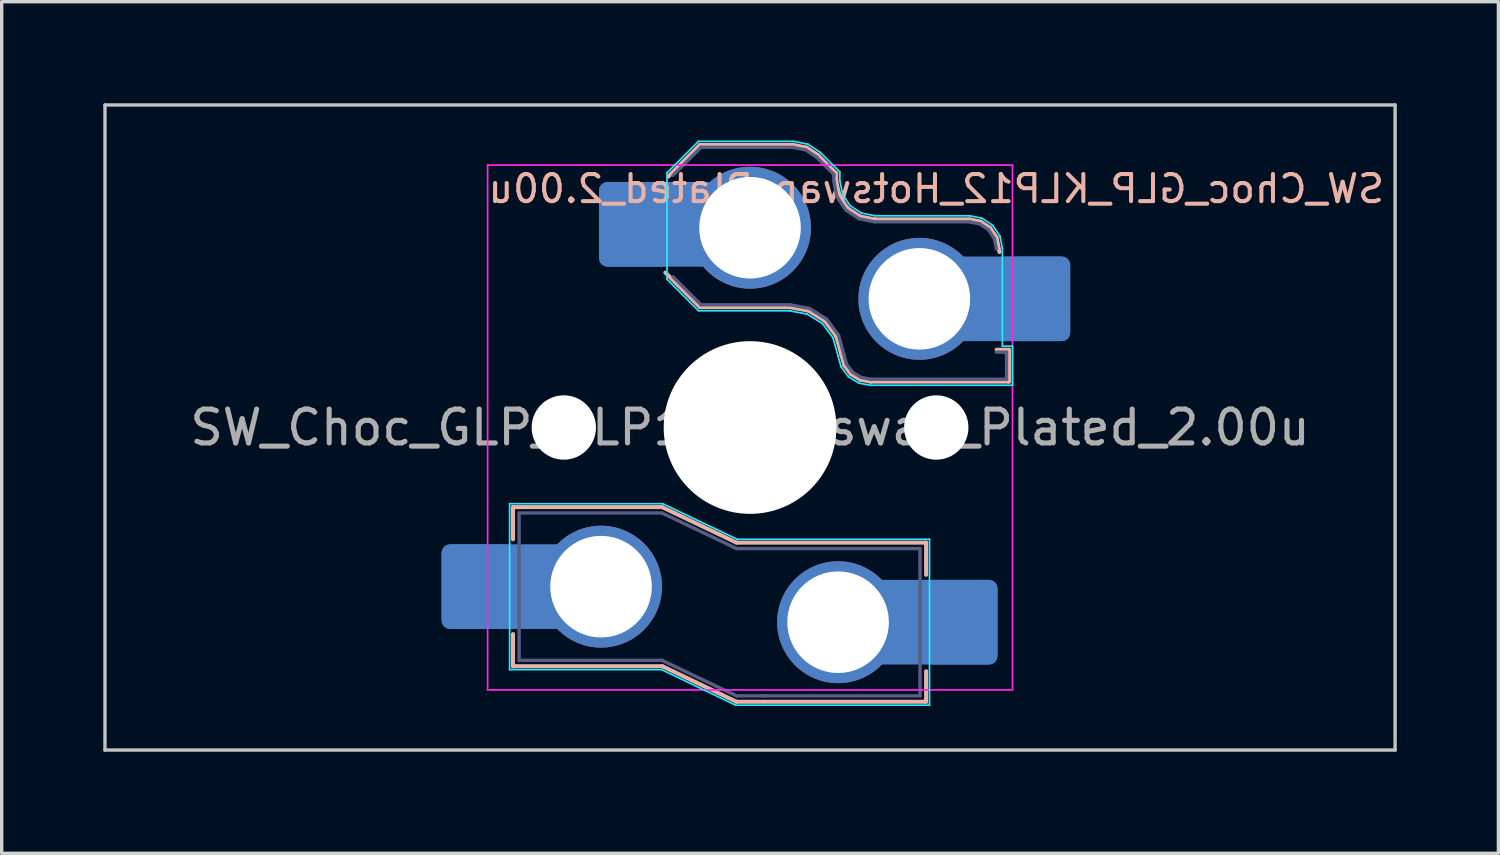
<source format=kicad_pcb>
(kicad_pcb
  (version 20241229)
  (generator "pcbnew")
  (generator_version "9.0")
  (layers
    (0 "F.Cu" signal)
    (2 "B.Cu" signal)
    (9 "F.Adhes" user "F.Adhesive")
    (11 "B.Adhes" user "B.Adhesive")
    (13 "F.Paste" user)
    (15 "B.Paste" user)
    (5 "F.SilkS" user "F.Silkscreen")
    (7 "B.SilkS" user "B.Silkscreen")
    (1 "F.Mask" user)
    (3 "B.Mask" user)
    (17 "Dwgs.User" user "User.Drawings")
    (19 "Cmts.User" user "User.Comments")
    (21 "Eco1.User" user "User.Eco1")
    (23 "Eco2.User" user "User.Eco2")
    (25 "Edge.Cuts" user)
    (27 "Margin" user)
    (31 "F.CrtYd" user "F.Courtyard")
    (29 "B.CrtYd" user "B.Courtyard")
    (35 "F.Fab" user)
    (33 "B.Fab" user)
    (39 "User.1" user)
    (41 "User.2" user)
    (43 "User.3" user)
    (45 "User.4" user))
  (footprint "SW_Choc_GLP_KLP12_Hotswap_Plated_2.00u"
    (layer "F.Cu")
    (at 19.1 9.575)
    (property "Reference" "SW_Choc_GLP_KLP12_Hotswap_Plated_2.00u" (at 5.5 -7.05 0) (layer "B.SilkS") (effects (font (size 0.8 0.8) (thickness 0.12)) (justify mirror)))
    (attr smd)
    (fp_line (start -7 2.35) (end -7 3.3) (stroke (width 0.12) (type solid)) (layer "B.SilkS"))
    (fp_line (start -7 2.35) (end -2.6 2.35) (stroke (width 0.12) (type solid)) (layer "B.SilkS"))
    (fp_line (start -7 7.05) (end -7 6.1) (stroke (width 0.12) (type solid)) (layer "B.SilkS"))
    (fp_line (start -7 7.05) (end -2.59 7.05) (stroke (width 0.12) (type solid)) (layer "B.SilkS"))
    (fp_line (start -2.6 2.35) (end -0.4 3.4) (stroke (width 0.12) (type solid)) (layer "B.SilkS"))
    (fp_line (start -2.59 7.05) (end -0.4 8.1) (stroke (width 0.12) (type solid)) (layer "B.SilkS"))
    (fp_line (start -2.416 -7.409) (end -1.479 -8.346) (stroke (width 0.12) (type solid)) (layer "B.SilkS"))
    (fp_line (start -1.479 -8.346) (end 1.268 -8.346) (stroke (width 0.12) (type solid)) (layer "B.SilkS"))
    (fp_line (start -1.479 -3.554) (end -2.5 -4.575) (stroke (width 0.12) (type solid)) (layer "B.SilkS"))
    (fp_line (start 1.168 -3.554) (end -1.479 -3.554) (stroke (width 0.12) (type solid)) (layer "B.SilkS"))
    (fp_line (start 1.268 -8.346) (end 1.671 -8.266) (stroke (width 0.12) (type solid)) (layer "B.SilkS"))
    (fp_line (start 1.671 -8.266) (end 2.013 -8.037) (stroke (width 0.12) (type solid)) (layer "B.SilkS"))
    (fp_line (start 1.73 -3.449) (end 1.168 -3.554) (stroke (width 0.12) (type solid)) (layer "B.SilkS"))
    (fp_line (start 2.013 -8.037) (end 2.546 -7.504) (stroke (width 0.12) (type solid)) (layer "B.SilkS"))
    (fp_line (start 2.209 -3.15) (end 1.73 -3.449) (stroke (width 0.12) (type solid)) (layer "B.SilkS"))
    (fp_line (start 2.546 -7.504) (end 2.546 -7.282) (stroke (width 0.12) (type solid)) (layer "B.SilkS"))
    (fp_line (start 2.546 -7.282) (end 2.633 -6.844) (stroke (width 0.12) (type solid)) (layer "B.SilkS"))
    (fp_line (start 2.547 -2.697) (end 2.209 -3.15) (stroke (width 0.12) (type solid)) (layer "B.SilkS"))
    (fp_line (start 2.633 -6.844) (end 2.877 -6.477) (stroke (width 0.12) (type solid)) (layer "B.SilkS"))
    (fp_line (start 2.701 -2.139) (end 2.547 -2.697) (stroke (width 0.12) (type solid)) (layer "B.SilkS"))
    (fp_line (start 2.783 -1.841) (end 2.701 -2.139) (stroke (width 0.12) (type solid)) (layer "B.SilkS"))
    (fp_line (start 2.877 -6.477) (end 3.244 -6.233) (stroke (width 0.12) (type solid)) (layer "B.SilkS"))
    (fp_line (start 2.976 -1.583) (end 2.783 -1.841) (stroke (width 0.12) (type solid)) (layer "B.SilkS"))
    (fp_line (start 3.244 -6.233) (end 3.682 -6.146) (stroke (width 0.12) (type solid)) (layer "B.SilkS"))
    (fp_line (start 3.25 -1.413) (end 2.976 -1.583) (stroke (width 0.12) (type solid)) (layer "B.SilkS"))
    (fp_line (start 3.56 -1.354) (end 3.25 -1.413) (stroke (width 0.12) (type solid)) (layer "B.SilkS"))
    (fp_line (start 3.682 -6.146) (end 6.482 -6.146) (stroke (width 0.12) (type solid)) (layer "B.SilkS"))
    (fp_line (start 5.2 3.4) (end -0.4 3.4) (stroke (width 0.12) (type solid)) (layer "B.SilkS"))
    (fp_line (start 5.2 3.4) (end 5.2 4.35) (stroke (width 0.12) (type solid)) (layer "B.SilkS"))
    (fp_line (start 5.2 8.1) (end -0.4 8.1) (stroke (width 0.12) (type solid)) (layer "B.SilkS"))
    (fp_line (start 5.2 8.1) (end 5.2 7.2) (stroke (width 0.12) (type solid)) (layer "B.SilkS"))
    (fp_line (start 6.482 -6.146) (end 6.809 -6.081) (stroke (width 0.12) (type solid)) (layer "B.SilkS"))
    (fp_line (start 6.809 -6.081) (end 7.092 -5.892) (stroke (width 0.12) (type solid)) (layer "B.SilkS"))
    (fp_line (start 7.092 -5.892) (end 7.281 -5.609) (stroke (width 0.12) (type solid)) (layer "B.SilkS"))
    (fp_line (start 7.281 -5.609) (end 7.366 -5.182) (stroke (width 0.12) (type solid)) (layer "B.SilkS"))
    (fp_line (start 7.283 -2.296) (end 7.646 -2.296) (stroke (width 0.12) (type solid)) (layer "B.SilkS"))
    (fp_line (start 7.646 -2.296) (end 7.646 -1.354) (stroke (width 0.12) (type solid)) (layer "B.SilkS"))
    (fp_line (start 7.646 -1.354) (end 3.56 -1.354) (stroke (width 0.12) (type solid)) (layer "B.SilkS"))
    (fp_line (start -19.05 -9.525) (end -19.05 9.525) (stroke (width 0.1) (type default)) (layer "Dwgs.User"))
    (fp_line (start -19.05 -9.525) (end 19.05 -9.525) (stroke (width 0.1) (type solid)) (layer "Dwgs.User"))
    (fp_line (start -19.05 9.525) (end 19.05 9.525) (stroke (width 0.1) (type solid)) (layer "Dwgs.User"))
    (fp_line (start 19.05 -9.525) (end 19.05 9.525) (stroke (width 0.1) (type default)) (layer "Dwgs.User"))
    (fp_line (start -7.1 2.25) (end -7.1 7.15) (stroke (width 0.05) (type solid)) (layer "B.CrtYd"))
    (fp_line (start -7.1 2.25) (end -2.58 2.25) (stroke (width 0.05) (type solid)) (layer "B.CrtYd"))
    (fp_line (start -7.1 7.15) (end -2.615 7.15) (stroke (width 0.05) (type solid)) (layer "B.CrtYd"))
    (fp_line (start -2.615 7.15) (end -0.425 8.2) (stroke (width 0.05) (type solid)) (layer "B.CrtYd"))
    (fp_line (start -2.58 2.25) (end -0.38 3.3) (stroke (width 0.05) (type solid)) (layer "B.CrtYd"))
    (fp_line (start -2.452 -7.523) (end -1.523 -8.452) (stroke (width 0.05) (type solid)) (layer "B.CrtYd"))
    (fp_line (start -2.452 -4.377) (end -2.452 -7.523) (stroke (width 0.05) (type solid)) (layer "B.CrtYd"))
    (fp_line (start -1.523 -8.452) (end 1.278 -8.452) (stroke (width 0.05) (type solid)) (layer "B.CrtYd"))
    (fp_line (start -1.523 -3.448) (end -2.452 -4.377) (stroke (width 0.05) (type solid)) (layer "B.CrtYd"))
    (fp_line (start 1.159 -3.448) (end -1.523 -3.448) (stroke (width 0.05) (type solid)) (layer "B.CrtYd"))
    (fp_line (start 1.278 -8.452) (end 1.712 -8.366) (stroke (width 0.05) (type solid)) (layer "B.CrtYd"))
    (fp_line (start 1.691 -3.348) (end 1.159 -3.448) (stroke (width 0.05) (type solid)) (layer "B.CrtYd"))
    (fp_line (start 1.712 -8.366) (end 2.081 -8.119) (stroke (width 0.05) (type solid)) (layer "B.CrtYd"))
    (fp_line (start 2.081 -8.119) (end 2.652 -7.548) (stroke (width 0.05) (type solid)) (layer "B.CrtYd"))
    (fp_line (start 2.136 -3.071) (end 1.691 -3.348) (stroke (width 0.05) (type solid)) (layer "B.CrtYd"))
    (fp_line (start 2.45 -2.65) (end 2.136 -3.071) (stroke (width 0.05) (type solid)) (layer "B.CrtYd"))
    (fp_line (start 2.599 -2.111) (end 2.45 -2.65) (stroke (width 0.05) (type solid)) (layer "B.CrtYd"))
    (fp_line (start 2.652 -7.548) (end 2.652 -7.292) (stroke (width 0.05) (type solid)) (layer "B.CrtYd"))
    (fp_line (start 2.652 -7.292) (end 2.733 -6.885) (stroke (width 0.05) (type solid)) (layer "B.CrtYd"))
    (fp_line (start 2.687 -1.794) (end 2.599 -2.111) (stroke (width 0.05) (type solid)) (layer "B.CrtYd"))
    (fp_line (start 2.733 -6.885) (end 2.953 -6.553) (stroke (width 0.05) (type solid)) (layer "B.CrtYd"))
    (fp_line (start 2.903 -1.503) (end 2.687 -1.794) (stroke (width 0.05) (type solid)) (layer "B.CrtYd"))
    (fp_line (start 2.953 -6.553) (end 3.285 -6.333) (stroke (width 0.05) (type solid)) (layer "B.CrtYd"))
    (fp_line (start 3.211 -1.312) (end 2.903 -1.503) (stroke (width 0.05) (type solid)) (layer "B.CrtYd"))
    (fp_line (start 3.285 -6.333) (end 3.692 -6.252) (stroke (width 0.05) (type solid)) (layer "B.CrtYd"))
    (fp_line (start 3.55 -1.248) (end 3.211 -1.312) (stroke (width 0.05) (type solid)) (layer "B.CrtYd"))
    (fp_line (start 3.692 -6.252) (end 6.492 -6.252) (stroke (width 0.05) (type solid)) (layer "B.CrtYd"))
    (fp_line (start 5.3 3.3) (end -0.38 3.3) (stroke (width 0.05) (type solid)) (layer "B.CrtYd"))
    (fp_line (start 5.3 3.3) (end 5.3 8.2) (stroke (width 0.05) (type solid)) (layer "B.CrtYd"))
    (fp_line (start 5.3 8.2) (end -0.425 8.2) (stroke (width 0.05) (type solid)) (layer "B.CrtYd"))
    (fp_line (start 6.492 -6.252) (end 6.85 -6.181) (stroke (width 0.05) (type solid)) (layer "B.CrtYd"))
    (fp_line (start 6.85 -6.181) (end 7.168 -5.968) (stroke (width 0.05) (type solid)) (layer "B.CrtYd"))
    (fp_line (start 7.168 -5.968) (end 7.381 -5.65) (stroke (width 0.05) (type solid)) (layer "B.CrtYd"))
    (fp_line (start 7.381 -5.65) (end 7.452 -5.292) (stroke (width 0.05) (type solid)) (layer "B.CrtYd"))
    (fp_line (start 7.452 -5.292) (end 7.452 -2.402) (stroke (width 0.05) (type solid)) (layer "B.CrtYd"))
    (fp_line (start 7.452 -2.402) (end 7.752 -2.402) (stroke (width 0.05) (type solid)) (layer "B.CrtYd"))
    (fp_line (start 7.752 -2.402) (end 7.752 -1.248) (stroke (width 0.05) (type solid)) (layer "B.CrtYd"))
    (fp_line (start 7.752 -1.248) (end 3.55 -1.248) (stroke (width 0.05) (type solid)) (layer "B.CrtYd"))
    (fp_line (start -7.75 7.75) (end -7.75 -7.75) (stroke (width 0.05) (type solid)) (layer "F.CrtYd"))
    (fp_line (start 7.75 -7.75) (end -7.75 -7.75) (stroke (width 0.05) (type solid)) (layer "F.CrtYd"))
    (fp_line (start 7.75 -7.75) (end 7.75 7.75) (stroke (width 0.05) (type solid)) (layer "F.CrtYd"))
    (fp_line (start 7.75 7.75) (end -7.75 7.75) (stroke (width 0.05) (type solid)) (layer "F.CrtYd"))
    (fp_line (start -6.82 2.525) (end -6.82 6.875) (stroke (width 0.1) (type solid)) (layer "B.Fab"))
    (fp_line (start -6.82 2.525) (end -2.6 2.525) (stroke (width 0.1) (type solid)) (layer "B.Fab"))
    (fp_line (start -6.82 6.875) (end -2.6 6.875) (stroke (width 0.1) (type solid)) (layer "B.Fab"))
    (fp_line (start -2.6 2.525) (end -0.4 3.575) (stroke (width 0.1) (type solid)) (layer "B.Fab"))
    (fp_line (start -2.6 6.875) (end -0.4 7.925) (stroke (width 0.1) (type solid)) (layer "B.Fab"))
    (fp_line (start -2.275 -7.45) (end -1.45 -8.275) (stroke (width 0.1) (type solid)) (layer "B.Fab"))
    (fp_line (start -1.45 -8.275) (end 1.261 -8.275) (stroke (width 0.1) (type solid)) (layer "B.Fab"))
    (fp_line (start -1.45 -3.625) (end -2.275 -4.45) (stroke (width 0.1) (type solid)) (layer "B.Fab"))
    (fp_line (start 0.4 7.925) (end -0.4 7.925) (stroke (width 0.1) (type solid)) (layer "B.Fab"))
    (fp_line (start 1.175 -3.625) (end -1.45 -3.625) (stroke (width 0.1) (type solid)) (layer "B.Fab"))
    (fp_line (start 1.261 -8.275) (end 1.643 -8.199) (stroke (width 0.1) (type solid)) (layer "B.Fab"))
    (fp_line (start 1.643 -8.199) (end 1.968 -7.982) (stroke (width 0.1) (type solid)) (layer "B.Fab"))
    (fp_line (start 1.756 -3.516) (end 1.175 -3.625) (stroke (width 0.1) (type solid)) (layer "B.Fab"))
    (fp_line (start 1.968 -7.982) (end 2.475 -7.475) (stroke (width 0.1) (type solid)) (layer "B.Fab"))
    (fp_line (start 2.258 -3.203) (end 1.756 -3.516) (stroke (width 0.1) (type solid)) (layer "B.Fab"))
    (fp_line (start 2.475 -7.475) (end 2.475 -7.275) (stroke (width 0.1) (type solid)) (layer "B.Fab"))
    (fp_line (start 2.475 -7.275) (end 2.566 -6.816) (stroke (width 0.1) (type solid)) (layer "B.Fab"))
    (fp_line (start 2.566 -6.816) (end 2.826 -6.426) (stroke (width 0.1) (type solid)) (layer "B.Fab"))
    (fp_line (start 2.612 -2.729) (end 2.258 -3.203) (stroke (width 0.1) (type solid)) (layer "B.Fab"))
    (fp_line (start 2.769 -2.158) (end 2.612 -2.729) (stroke (width 0.1) (type solid)) (layer "B.Fab"))
    (fp_line (start 2.826 -6.426) (end 3.216 -6.166) (stroke (width 0.1) (type solid)) (layer "B.Fab"))
    (fp_line (start 2.848 -1.873) (end 2.769 -2.158) (stroke (width 0.1) (type solid)) (layer "B.Fab"))
    (fp_line (start 3.025 -1.636) (end 2.848 -1.873) (stroke (width 0.1) (type solid)) (layer "B.Fab"))
    (fp_line (start 3.216 -6.166) (end 3.675 -6.075) (stroke (width 0.1) (type solid)) (layer "B.Fab"))
    (fp_line (start 3.276 -1.48) (end 3.025 -1.636) (stroke (width 0.1) (type solid)) (layer "B.Fab"))
    (fp_line (start 3.567 -1.425) (end 3.276 -1.48) (stroke (width 0.1) (type solid)) (layer "B.Fab"))
    (fp_line (start 3.675 -6.075) (end 6.475 -6.075) (stroke (width 0.1) (type solid)) (layer "B.Fab"))
    (fp_line (start 5.02 3.575) (end -0.4 3.575) (stroke (width 0.1) (type solid)) (layer "B.Fab"))
    (fp_line (start 5.02 3.575) (end 5.02 7.925) (stroke (width 0.1) (type solid)) (layer "B.Fab"))
    (fp_line (start 5.02 7.925) (end 0.4 7.925) (stroke (width 0.1) (type solid)) (layer "B.Fab"))
    (fp_line (start 6.475 -6.075) (end 6.781 -6.014) (stroke (width 0.1) (type solid)) (layer "B.Fab"))
    (fp_line (start 6.781 -6.014) (end 7.041 -5.841) (stroke (width 0.1) (type solid)) (layer "B.Fab"))
    (fp_line (start 7.041 -5.841) (end 7.214 -5.581) (stroke (width 0.1) (type solid)) (layer "B.Fab"))
    (fp_line (start 7.214 -5.581) (end 7.275 -5.275) (stroke (width 0.1) (type solid)) (layer "B.Fab"))
    (fp_line (start 7.275 -2.225) (end 7.575 -2.225) (stroke (width 0.1) (type solid)) (layer "B.Fab"))
    (fp_line (start 7.575 -2.225) (end 7.575 -1.425) (stroke (width 0.1) (type solid)) (layer "B.Fab"))
    (fp_line (start 7.575 -1.425) (end 3.567 -1.425) (stroke (width 0.1) (type solid)) (layer "B.Fab"))
    (fp_rect (start -7.05 -7.05) (end 7.05 7.05) (stroke (width 0.12) (type default)) (fill no) (layer "User.1"))
    (fp_text user "${REFERENCE}" (at 0 0 0) (layer "F.Fab") (effects (font (size 1 1) (thickness 0.15))))
    (pad "" np_thru_hole circle (at -5.5 0) (size 1.9 1.9) (drill 1.9) (layers "*.Cu" "*.Mask"))
    (pad "" np_thru_hole circle (at 0 0) (size 5.1 5.1) (drill 5.1) (layers "*.Cu" "*.Mask"))
    (pad "" np_thru_hole circle (at 5.5 0) (size 1.9 1.9) (drill 1.9) (layers "*.Cu" "*.Mask"))
    (pad "1" thru_hole circle (at 2.6 5.75) (size 3.6 3.6) (drill 3) (layers "*.Cu" "*.Mask"))
    (pad "1" thru_hole circle (at 5 -3.8) (size 3.6 3.6) (drill 3) (layers "*.Cu" "*.Mask"))
    (pad "1" smd roundrect (at 5.383 5.75) (size 3.85 2.5) (layers "B.Cu") (roundrect_rratio 0.1))
    (pad "1" smd roundrect (at 6.229 5.75) (size 2.159 2.5) (layers "B.Cu" "B.Mask" "B.Paste") (roundrect_rratio 0.116))
    (pad "1" smd roundrect (at 7.53 -3.8) (size 3.85 2.5) (layers "B.Cu") (roundrect_rratio 0.1))
    (pad "1" smd roundrect (at 8.376 -3.8) (size 2.159 2.5) (layers "B.Cu" "B.Mask" "B.Paste") (roundrect_rratio 0.116))
    (pad "2" smd roundrect (at -8.03 4.7) (size 2.159 2.5) (layers "B.Cu" "B.Mask" "B.Paste") (roundrect_rratio 0.116))
    (pad "2" smd roundrect (at -7.185 4.699) (size 3.85 2.5) (layers "B.Cu") (roundrect_rratio 0.1))
    (pad "2" thru_hole circle (at -4.4 4.7) (size 3.6 3.6) (drill 3) (layers "*.Cu" "*.Mask"))
    (pad "2" smd roundrect (at -3.381 -6) (size 2.159 2.5) (layers "B.Cu" "B.Mask" "B.Paste") (roundrect_rratio 0.116))
    (pad "2" smd roundrect (at -2.535 -6) (size 3.85 2.5) (layers "B.Cu") (roundrect_rratio 0.1))
    (pad "2" thru_hole circle (at 0 -5.9) (size 3.6 3.6) (drill 3) (layers "*.Cu" "*.Mask")))
  (gr_rect
    (start -3 -3)
    (end 41.2 22.15)
    (stroke (width 0.1) (type default))
    (fill no)
    (layer "Edge.Cuts")))
</source>
